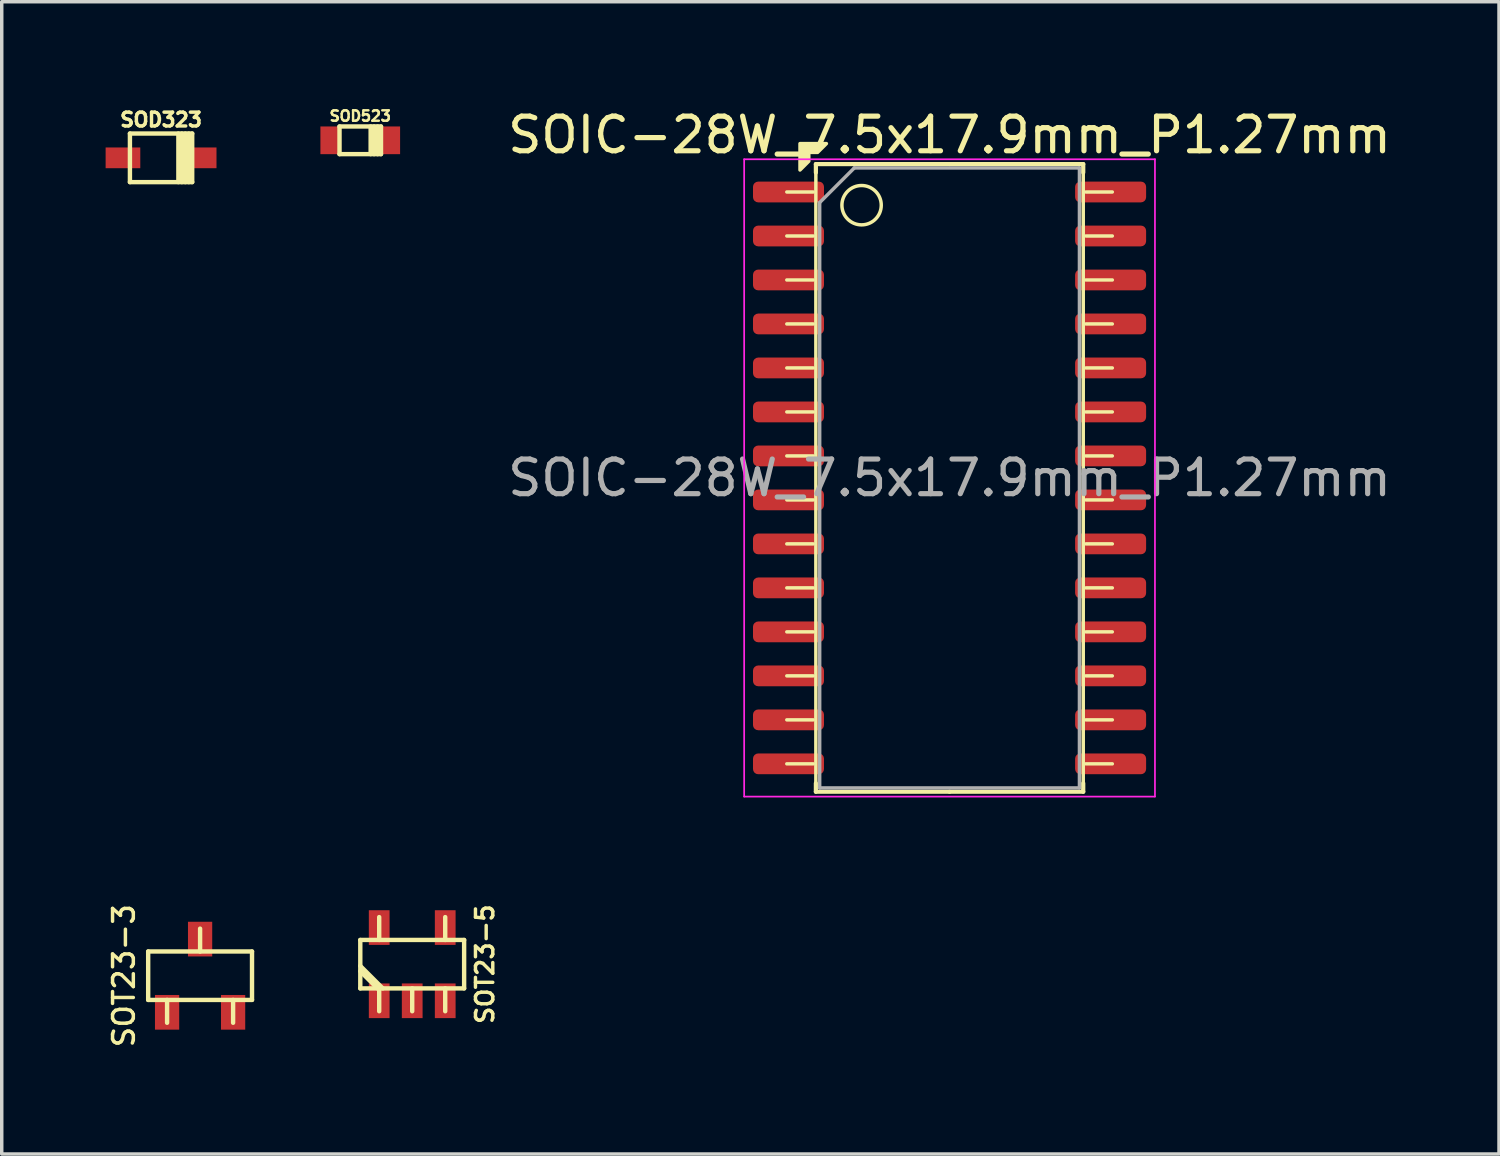
<source format=kicad_pcb>
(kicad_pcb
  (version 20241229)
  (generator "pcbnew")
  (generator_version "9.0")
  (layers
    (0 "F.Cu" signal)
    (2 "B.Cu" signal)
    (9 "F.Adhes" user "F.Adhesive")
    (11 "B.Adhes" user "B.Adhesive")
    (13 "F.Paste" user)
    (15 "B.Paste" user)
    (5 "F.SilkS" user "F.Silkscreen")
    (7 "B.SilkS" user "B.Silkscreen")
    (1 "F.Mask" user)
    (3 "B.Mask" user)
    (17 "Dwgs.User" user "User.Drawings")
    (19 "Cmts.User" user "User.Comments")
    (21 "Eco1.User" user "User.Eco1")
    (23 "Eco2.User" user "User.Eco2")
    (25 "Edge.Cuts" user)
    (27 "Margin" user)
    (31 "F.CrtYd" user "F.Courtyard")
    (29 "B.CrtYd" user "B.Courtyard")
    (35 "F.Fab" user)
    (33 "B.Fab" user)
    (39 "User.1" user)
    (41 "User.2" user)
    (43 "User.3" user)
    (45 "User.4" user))
  (footprint "SOT23-5"
    (layer "F.Cu")
    (at 8.851 24.787)
    (property "Reference" "SOT23-5" (at 2.1 0 90) (layer "F.SilkS") (effects (font (size 0.5 0.5) (thickness 0.099))))
    (attr smd)
    (fp_line (start -1.499 -0.699) (end 1.499 -0.699) (stroke (width 0.127) (type solid)) (layer "F.SilkS"))
    (fp_line (start -1.499 0.699) (end -1.499 -0.699) (stroke (width 0.127) (type solid)) (layer "F.SilkS"))
    (fp_line (start -1.003 0.699) (end -1.499 0.203) (stroke (width 0.127) (type solid)) (layer "F.SilkS"))
    (fp_line (start -0.953 -0.699) (end -0.953 -1.359) (stroke (width 0.127) (type solid)) (layer "F.SilkS"))
    (fp_line (start -0.953 0.699) (end -0.953 1.359) (stroke (width 0.127) (type solid)) (layer "F.SilkS"))
    (fp_line (start -0.851 0.699) (end -1.499 0.051) (stroke (width 0.127) (type solid)) (layer "F.SilkS"))
    (fp_line (start 0 0.699) (end 0 1.359) (stroke (width 0.127) (type solid)) (layer "F.SilkS"))
    (fp_line (start 0.953 -0.699) (end 0.953 -1.359) (stroke (width 0.127) (type solid)) (layer "F.SilkS"))
    (fp_line (start 0.953 0.699) (end 0.953 1.359) (stroke (width 0.127) (type solid)) (layer "F.SilkS"))
    (fp_line (start 1.499 -0.699) (end 1.499 0.699) (stroke (width 0.127) (type solid)) (layer "F.SilkS"))
    (fp_line (start 1.499 0.699) (end -1.499 0.699) (stroke (width 0.127) (type solid)) (layer "F.SilkS"))
    (pad "1" smd rect (at -0.953 1.057) (size 0.599 1.001) (layers "F.Cu" "F.Mask" "F.Paste"))
    (pad "2" smd rect (at 0 1.057) (size 0.599 1.001) (layers "F.Cu" "F.Mask" "F.Paste"))
    (pad "3" smd rect (at 0.953 1.057) (size 0.599 1.001) (layers "F.Cu" "F.Mask" "F.Paste"))
    (pad "4" smd rect (at 0.953 -1.057) (size 0.599 1.001) (layers "F.Cu" "F.Mask" "F.Paste"))
    (pad "5" smd rect (at -0.953 -1.057) (size 0.599 1.001) (layers "F.Cu" "F.Mask" "F.Paste")))
  (footprint "SOD523"
    (layer "F.Cu")
    (at 7.351 1.001)
    (property "Reference" "SOD523" (at 0 -0.701 0) (layer "F.SilkS") (effects (font (size 0.3 0.3) (thickness 0.071))))
    (attr smd)
    (fp_line (start -0.599 -0.399) (end -0.599 0.399) (stroke (width 0.127) (type solid)) (layer "F.SilkS"))
    (fp_line (start -0.599 0.399) (end 0.599 0.399) (stroke (width 0.127) (type solid)) (layer "F.SilkS"))
    (fp_line (start 0.3 -0.399) (end 0.3 0.399) (stroke (width 0.127) (type solid)) (layer "F.SilkS"))
    (fp_line (start 0.399 -0.399) (end 0.399 0.399) (stroke (width 0.127) (type solid)) (layer "F.SilkS"))
    (fp_line (start 0.5 0.399) (end 0.5 -0.399) (stroke (width 0.127) (type solid)) (layer "F.SilkS"))
    (fp_line (start 0.599 -0.399) (end -0.599 -0.399) (stroke (width 0.127) (type solid)) (layer "F.SilkS"))
    (fp_line (start 0.599 0.399) (end 0.599 -0.399) (stroke (width 0.127) (type solid)) (layer "F.SilkS"))
    (pad "1" smd rect (at 0.851 0) (size 0.599 0.8) (layers "F.Cu" "F.Mask" "F.Paste"))
    (pad "2" smd rect (at -0.851 0) (size 0.599 0.8) (layers "F.Cu" "F.Mask" "F.Paste")))
  (footprint "SOD323"
    (layer "F.Cu")
    (at 1.6 1.507)
    (property "Reference" "SOD323" (at 0 -1.1 0) (layer "F.SilkS") (effects (font (size 0.399 0.399) (thickness 0.099))))
    (attr smd)
    (fp_line (start -0.899 -0.701) (end -0.899 0.701) (stroke (width 0.127) (type solid)) (layer "F.SilkS"))
    (fp_line (start -0.899 0.701) (end 0.899 0.701) (stroke (width 0.127) (type solid)) (layer "F.SilkS"))
    (fp_line (start 0.5 -0.701) (end 0.5 0.701) (stroke (width 0.127) (type solid)) (layer "F.SilkS"))
    (fp_line (start 0.599 -0.701) (end 0.599 0.701) (stroke (width 0.127) (type solid)) (layer "F.SilkS"))
    (fp_line (start 0.701 0.701) (end 0.701 -0.701) (stroke (width 0.127) (type solid)) (layer "F.SilkS"))
    (fp_line (start 0.8 -0.701) (end 0.8 0.701) (stroke (width 0.127) (type solid)) (layer "F.SilkS"))
    (fp_line (start 0.899 -0.701) (end -0.899 -0.701) (stroke (width 0.127) (type solid)) (layer "F.SilkS"))
    (fp_line (start 0.899 0.701) (end 0.899 -0.701) (stroke (width 0.127) (type solid)) (layer "F.SilkS"))
    (pad "1" smd rect (at 1.1 0) (size 1.001 0.599) (layers "F.Cu" "F.Mask" "F.Paste"))
    (pad "2" smd rect (at -1.1 0) (size 1.001 0.599) (layers "F.Cu" "F.Mask" "F.Paste")))
  (footprint "SOT23-3"
    (layer "F.Cu")
    (at 2.727 25.12)
    (property "Reference" "SOT23-3" (at -2.2 0 90) (layer "F.SilkS") (effects (font (size 0.6 0.6) (thickness 0.1))))
    (attr smd)
    (fp_line (start -1.499 -0.699) (end 1.499 -0.699) (stroke (width 0.127) (type solid)) (layer "F.SilkS"))
    (fp_line (start -1.499 0.699) (end -1.499 -0.699) (stroke (width 0.127) (type solid)) (layer "F.SilkS"))
    (fp_line (start -0.953 0.699) (end -0.953 1.359) (stroke (width 0.127) (type solid)) (layer "F.SilkS"))
    (fp_line (start 0 -0.699) (end 0 -1.359) (stroke (width 0.127) (type solid)) (layer "F.SilkS"))
    (fp_line (start 0.953 0.699) (end 0.953 1.359) (stroke (width 0.127) (type solid)) (layer "F.SilkS"))
    (fp_line (start 1.499 -0.699) (end 1.499 0.699) (stroke (width 0.127) (type solid)) (layer "F.SilkS"))
    (fp_line (start 1.499 0.699) (end -1.499 0.699) (stroke (width 0.127) (type solid)) (layer "F.SilkS"))
    (pad "1" smd rect (at -0.953 1.057) (size 0.7 1.001) (layers "F.Cu" "F.Mask" "F.Paste"))
    (pad "2" smd rect (at 0.953 1.057) (size 0.7 1.001) (layers "F.Cu" "F.Mask" "F.Paste"))
    (pad "3" smd rect (at 0 -1.057) (size 0.7 1.001) (layers "F.Cu" "F.Mask" "F.Paste")))
  (footprint "SOIC-28W_7.5x17.9mm_P1.27mm"
    (layer "F.Cu")
    (at 24.365 10.748)
    (property "Reference" "SOIC-28W_7.5x17.9mm_P1.27mm" (at 0 -9.9 0) (layer "F.SilkS") (effects (font (size 1 1) (thickness 0.15))))
    (attr smd)
    (fp_line (start -4.699 -8.255) (end -3.937 -8.255) (stroke (width 0.1) (type solid)) (layer "F.SilkS"))
    (fp_line (start -4.699 -6.985) (end -3.937 -6.985) (stroke (width 0.1) (type solid)) (layer "F.SilkS"))
    (fp_line (start -4.699 -5.715) (end -3.937 -5.715) (stroke (width 0.1) (type solid)) (layer "F.SilkS"))
    (fp_line (start -4.699 -4.445) (end -3.937 -4.445) (stroke (width 0.1) (type solid)) (layer "F.SilkS"))
    (fp_line (start -4.699 -3.175) (end -3.937 -3.175) (stroke (width 0.1) (type solid)) (layer "F.SilkS"))
    (fp_line (start -4.699 -1.905) (end -3.937 -1.905) (stroke (width 0.1) (type solid)) (layer "F.SilkS"))
    (fp_line (start -4.699 -0.635) (end -3.937 -0.635) (stroke (width 0.1) (type solid)) (layer "F.SilkS"))
    (fp_line (start -4.699 0.635) (end -3.937 0.635) (stroke (width 0.1) (type solid)) (layer "F.SilkS"))
    (fp_line (start -4.699 1.905) (end -3.937 1.905) (stroke (width 0.1) (type solid)) (layer "F.SilkS"))
    (fp_line (start -4.699 3.175) (end -3.937 3.175) (stroke (width 0.1) (type solid)) (layer "F.SilkS"))
    (fp_line (start -4.699 4.445) (end -3.937 4.445) (stroke (width 0.1) (type solid)) (layer "F.SilkS"))
    (fp_line (start -4.699 5.715) (end -3.937 5.715) (stroke (width 0.1) (type solid)) (layer "F.SilkS"))
    (fp_line (start -4.699 6.985) (end -3.937 6.985) (stroke (width 0.1) (type solid)) (layer "F.SilkS"))
    (fp_line (start -4.699 8.255) (end -3.937 8.255) (stroke (width 0.1) (type solid)) (layer "F.SilkS"))
    (fp_line (start -3.86 -9.06) (end -3.86 -8.815) (stroke (width 0.12) (type solid)) (layer "F.SilkS"))
    (fp_line (start -3.86 -9.06) (end -3.86 9.06) (stroke (width 0.1) (type solid)) (layer "F.SilkS"))
    (fp_line (start -3.86 9.06) (end -3.86 8.815) (stroke (width 0.12) (type solid)) (layer "F.SilkS"))
    (fp_line (start 0 -9.06) (end -3.86 -9.06) (stroke (width 0.12) (type solid)) (layer "F.SilkS"))
    (fp_line (start 0 -9.06) (end 3.86 -9.06) (stroke (width 0.12) (type solid)) (layer "F.SilkS"))
    (fp_line (start 0 9.06) (end -3.86 9.06) (stroke (width 0.12) (type solid)) (layer "F.SilkS"))
    (fp_line (start 0 9.06) (end 3.86 9.06) (stroke (width 0.12) (type solid)) (layer "F.SilkS"))
    (fp_line (start 3.86 -9.06) (end 3.86 -8.815) (stroke (width 0.12) (type solid)) (layer "F.SilkS"))
    (fp_line (start 3.86 9.06) (end 3.86 -9.06) (stroke (width 0.1) (type solid)) (layer "F.SilkS"))
    (fp_line (start 3.86 9.06) (end 3.86 8.815) (stroke (width 0.12) (type solid)) (layer "F.SilkS"))
    (fp_line (start 3.937 -8.255) (end 4.699 -8.255) (stroke (width 0.1) (type solid)) (layer "F.SilkS"))
    (fp_line (start 3.937 -6.985) (end 4.699 -6.985) (stroke (width 0.1) (type solid)) (layer "F.SilkS"))
    (fp_line (start 3.937 -5.715) (end 4.699 -5.715) (stroke (width 0.1) (type solid)) (layer "F.SilkS"))
    (fp_line (start 3.937 -4.445) (end 4.699 -4.445) (stroke (width 0.1) (type solid)) (layer "F.SilkS"))
    (fp_line (start 3.937 -3.175) (end 4.699 -3.175) (stroke (width 0.1) (type solid)) (layer "F.SilkS"))
    (fp_line (start 3.937 -1.905) (end 4.699 -1.905) (stroke (width 0.1) (type solid)) (layer "F.SilkS"))
    (fp_line (start 3.937 -0.635) (end 4.699 -0.635) (stroke (width 0.1) (type solid)) (layer "F.SilkS"))
    (fp_line (start 3.937 0.635) (end 4.699 0.635) (stroke (width 0.1) (type solid)) (layer "F.SilkS"))
    (fp_line (start 3.937 1.905) (end 4.699 1.905) (stroke (width 0.1) (type solid)) (layer "F.SilkS"))
    (fp_line (start 3.937 3.175) (end 4.699 3.175) (stroke (width 0.1) (type solid)) (layer "F.SilkS"))
    (fp_line (start 3.937 4.445) (end 4.699 4.445) (stroke (width 0.1) (type solid)) (layer "F.SilkS"))
    (fp_line (start 3.937 5.715) (end 4.699 5.715) (stroke (width 0.1) (type solid)) (layer "F.SilkS"))
    (fp_line (start 3.937 6.985) (end 4.699 6.985) (stroke (width 0.1) (type solid)) (layer "F.SilkS"))
    (fp_line (start 3.937 8.255) (end 4.699 8.255) (stroke (width 0.1) (type solid)) (layer "F.SilkS"))
    (fp_circle (center -2.54 -7.874) (end -2.032 -7.62) (stroke (width 0.1) (type solid)) (fill no) (layer "F.SilkS"))
    (fp_poly (pts (xy -3.81 -9.398) (xy -4.064 -9.398) (xy -4.064 -9.144) (xy -4.318 -8.89) (xy -4.318 -9.652) (xy -3.556 -9.652)) (stroke (width 0.1) (type solid)) (fill yes) (layer "F.SilkS"))
    (fp_line (start -5.93 -9.2) (end -5.93 9.2) (stroke (width 0.05) (type solid)) (layer "F.CrtYd"))
    (fp_line (start -5.93 9.2) (end 5.93 9.2) (stroke (width 0.05) (type solid)) (layer "F.CrtYd"))
    (fp_line (start 5.93 -9.2) (end -5.93 -9.2) (stroke (width 0.05) (type solid)) (layer "F.CrtYd"))
    (fp_line (start 5.93 9.2) (end 5.93 -9.2) (stroke (width 0.05) (type solid)) (layer "F.CrtYd"))
    (fp_line (start -3.75 -7.95) (end -2.75 -8.95) (stroke (width 0.1) (type solid)) (layer "F.Fab"))
    (fp_line (start -3.75 8.95) (end -3.75 -7.95) (stroke (width 0.1) (type solid)) (layer "F.Fab"))
    (fp_line (start -2.75 -8.95) (end 3.75 -8.95) (stroke (width 0.1) (type solid)) (layer "F.Fab"))
    (fp_line (start 3.75 -8.95) (end 3.75 8.95) (stroke (width 0.1) (type solid)) (layer "F.Fab"))
    (fp_line (start 3.75 8.95) (end -3.75 8.95) (stroke (width 0.1) (type solid)) (layer "F.Fab"))
    (fp_text user "${REFERENCE}" (at 0 0 0) (layer "F.Fab") (effects (font (size 1 1) (thickness 0.15))))
    (pad "1" smd roundrect (at -4.65 -8.255) (size 2.05 0.6) (layers "F.Cu" "F.Mask" "F.Paste") (roundrect_rratio 0.25))
    (pad "2" smd roundrect (at -4.65 -6.985) (size 2.05 0.6) (layers "F.Cu" "F.Mask" "F.Paste") (roundrect_rratio 0.25))
    (pad "3" smd roundrect (at -4.65 -5.715) (size 2.05 0.6) (layers "F.Cu" "F.Mask" "F.Paste") (roundrect_rratio 0.25))
    (pad "4" smd roundrect (at -4.65 -4.445) (size 2.05 0.6) (layers "F.Cu" "F.Mask" "F.Paste") (roundrect_rratio 0.25))
    (pad "5" smd roundrect (at -4.65 -3.175) (size 2.05 0.6) (layers "F.Cu" "F.Mask" "F.Paste") (roundrect_rratio 0.25))
    (pad "6" smd roundrect (at -4.65 -1.905) (size 2.05 0.6) (layers "F.Cu" "F.Mask" "F.Paste") (roundrect_rratio 0.25))
    (pad "7" smd roundrect (at -4.65 -0.635) (size 2.05 0.6) (layers "F.Cu" "F.Mask" "F.Paste") (roundrect_rratio 0.25))
    (pad "8" smd roundrect (at -4.65 0.635) (size 2.05 0.6) (layers "F.Cu" "F.Mask" "F.Paste") (roundrect_rratio 0.25))
    (pad "9" smd roundrect (at -4.65 1.905) (size 2.05 0.6) (layers "F.Cu" "F.Mask" "F.Paste") (roundrect_rratio 0.25))
    (pad "10" smd roundrect (at -4.65 3.175) (size 2.05 0.6) (layers "F.Cu" "F.Mask" "F.Paste") (roundrect_rratio 0.25))
    (pad "11" smd roundrect (at -4.65 4.445) (size 2.05 0.6) (layers "F.Cu" "F.Mask" "F.Paste") (roundrect_rratio 0.25))
    (pad "12" smd roundrect (at -4.65 5.715) (size 2.05 0.6) (layers "F.Cu" "F.Mask" "F.Paste") (roundrect_rratio 0.25))
    (pad "13" smd roundrect (at -4.65 6.985) (size 2.05 0.6) (layers "F.Cu" "F.Mask" "F.Paste") (roundrect_rratio 0.25))
    (pad "14" smd roundrect (at -4.65 8.255) (size 2.05 0.6) (layers "F.Cu" "F.Mask" "F.Paste") (roundrect_rratio 0.25))
    (pad "15" smd roundrect (at 4.65 8.255) (size 2.05 0.6) (layers "F.Cu" "F.Mask" "F.Paste") (roundrect_rratio 0.25))
    (pad "16" smd roundrect (at 4.65 6.985) (size 2.05 0.6) (layers "F.Cu" "F.Mask" "F.Paste") (roundrect_rratio 0.25))
    (pad "17" smd roundrect (at 4.65 5.715) (size 2.05 0.6) (layers "F.Cu" "F.Mask" "F.Paste") (roundrect_rratio 0.25))
    (pad "18" smd roundrect (at 4.65 4.445) (size 2.05 0.6) (layers "F.Cu" "F.Mask" "F.Paste") (roundrect_rratio 0.25))
    (pad "19" smd roundrect (at 4.65 3.175) (size 2.05 0.6) (layers "F.Cu" "F.Mask" "F.Paste") (roundrect_rratio 0.25))
    (pad "20" smd roundrect (at 4.65 1.905) (size 2.05 0.6) (layers "F.Cu" "F.Mask" "F.Paste") (roundrect_rratio 0.25))
    (pad "21" smd roundrect (at 4.65 0.635) (size 2.05 0.6) (layers "F.Cu" "F.Mask" "F.Paste") (roundrect_rratio 0.25))
    (pad "22" smd roundrect (at 4.65 -0.635) (size 2.05 0.6) (layers "F.Cu" "F.Mask" "F.Paste") (roundrect_rratio 0.25))
    (pad "23" smd roundrect (at 4.65 -1.905) (size 2.05 0.6) (layers "F.Cu" "F.Mask" "F.Paste") (roundrect_rratio 0.25))
    (pad "24" smd roundrect (at 4.65 -3.175) (size 2.05 0.6) (layers "F.Cu" "F.Mask" "F.Paste") (roundrect_rratio 0.25))
    (pad "25" smd roundrect (at 4.65 -4.445) (size 2.05 0.6) (layers "F.Cu" "F.Mask" "F.Paste") (roundrect_rratio 0.25))
    (pad "26" smd roundrect (at 4.65 -5.715) (size 2.05 0.6) (layers "F.Cu" "F.Mask" "F.Paste") (roundrect_rratio 0.25))
    (pad "27" smd roundrect (at 4.65 -6.985) (size 2.05 0.6) (layers "F.Cu" "F.Mask" "F.Paste") (roundrect_rratio 0.25))
    (pad "28" smd roundrect (at 4.65 -8.255) (size 2.05 0.6) (layers "F.Cu" "F.Mask" "F.Paste") (roundrect_rratio 0.25)))
  (gr_rect
    (start -3 -3)
    (end 40.228 30.268)
    (stroke (width 0.1) (type default))
    (fill no)
    (layer "Edge.Cuts")))
</source>
